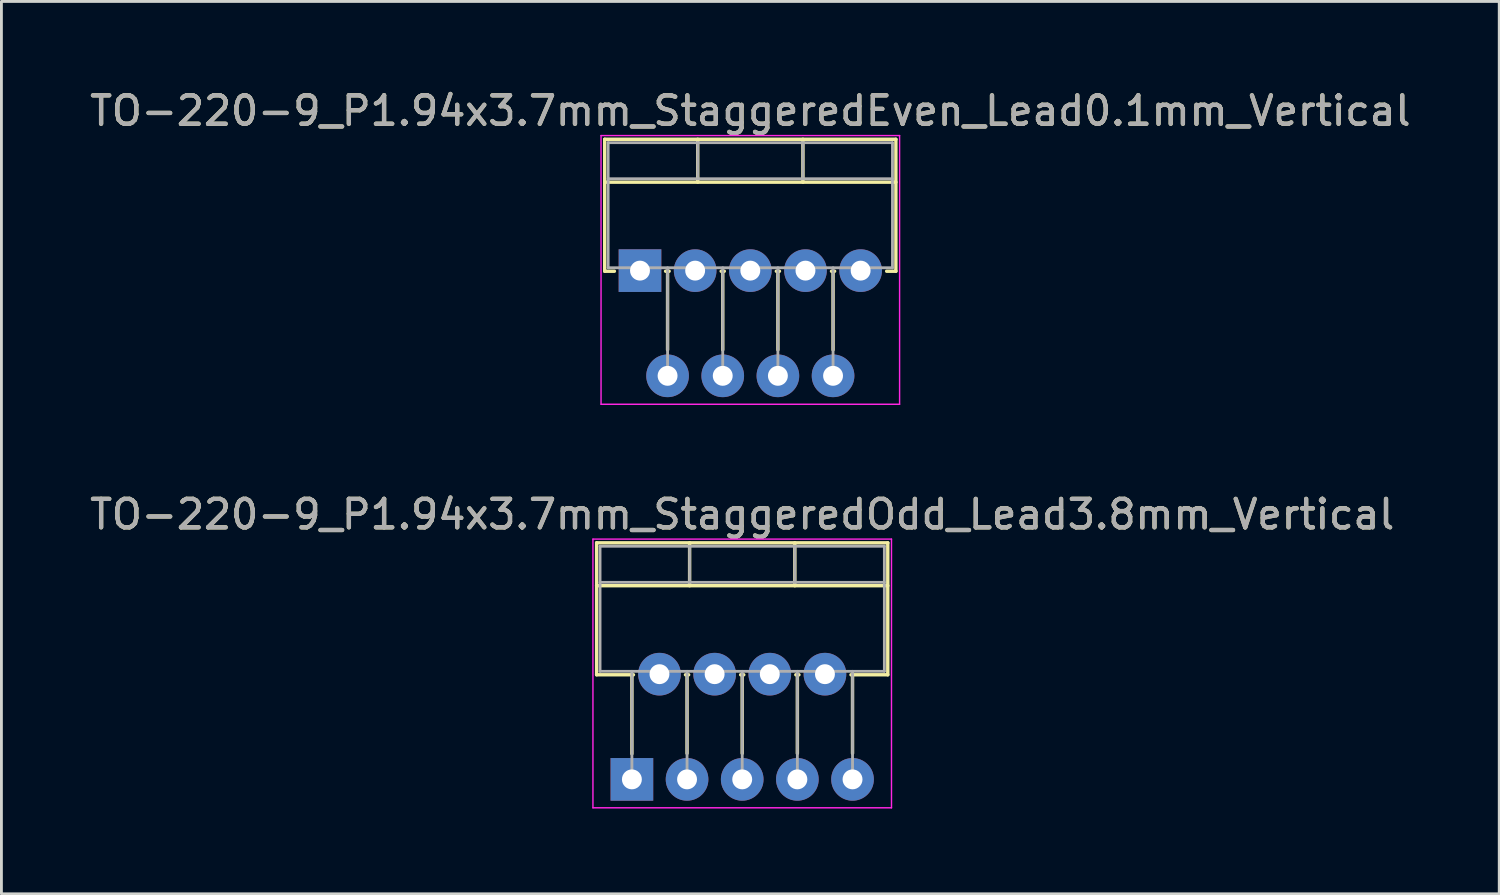
<source format=kicad_pcb>
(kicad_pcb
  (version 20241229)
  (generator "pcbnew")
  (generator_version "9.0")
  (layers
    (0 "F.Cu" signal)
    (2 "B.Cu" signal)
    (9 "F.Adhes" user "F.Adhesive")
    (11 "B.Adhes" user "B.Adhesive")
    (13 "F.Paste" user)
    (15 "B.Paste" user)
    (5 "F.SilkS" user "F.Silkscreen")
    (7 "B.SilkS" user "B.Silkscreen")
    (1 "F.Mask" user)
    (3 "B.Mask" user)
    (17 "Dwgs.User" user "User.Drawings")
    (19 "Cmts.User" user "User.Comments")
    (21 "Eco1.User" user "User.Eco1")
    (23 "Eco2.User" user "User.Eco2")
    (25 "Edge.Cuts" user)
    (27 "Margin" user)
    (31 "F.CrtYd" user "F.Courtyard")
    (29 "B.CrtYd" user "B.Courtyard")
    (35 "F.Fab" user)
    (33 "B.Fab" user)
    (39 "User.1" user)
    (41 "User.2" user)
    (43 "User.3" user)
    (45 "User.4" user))
  (footprint "TO-220-9_P1.94x3.7mm_StaggeredOdd_Lead3.8mm_Vertical"
    (layer "F.Cu")
    (at 19.174 24.361)
    (property "Reference" "TO-220-9_P1.94x3.7mm_StaggeredOdd_Lead3.8mm_Vertical" (at 3.88 -9.32 0) (layer "F.SilkS") (effects (font (size 1 1) (thickness 0.15))))
    (attr through_hole)
    (fp_line (start -1.241 -8.32) (end -1.241 -3.679) (stroke (width 0.12) (type solid)) (layer "F.SilkS"))
    (fp_line (start -1.241 -8.32) (end 9 -8.32) (stroke (width 0.12) (type solid)) (layer "F.SilkS"))
    (fp_line (start -1.241 -6.811) (end 9 -6.811) (stroke (width 0.12) (type solid)) (layer "F.SilkS"))
    (fp_line (start -1.241 -3.679) (end 0.055 -3.679) (stroke (width 0.12) (type solid)) (layer "F.SilkS"))
    (fp_line (start 0 -3.679) (end 0 -0.9) (stroke (width 0.12) (type solid)) (layer "F.SilkS"))
    (fp_line (start 1.885 -3.679) (end 1.996 -3.679) (stroke (width 0.12) (type solid)) (layer "F.SilkS"))
    (fp_line (start 1.94 -3.679) (end 1.94 -0.915) (stroke (width 0.12) (type solid)) (layer "F.SilkS"))
    (fp_line (start 2.03 -8.32) (end 2.03 -6.811) (stroke (width 0.12) (type solid)) (layer "F.SilkS"))
    (fp_line (start 3.825 -3.679) (end 3.935 -3.679) (stroke (width 0.12) (type solid)) (layer "F.SilkS"))
    (fp_line (start 3.88 -3.679) (end 3.88 -0.915) (stroke (width 0.12) (type solid)) (layer "F.SilkS"))
    (fp_line (start 5.73 -8.32) (end 5.73 -6.811) (stroke (width 0.12) (type solid)) (layer "F.SilkS"))
    (fp_line (start 5.765 -3.679) (end 5.875 -3.679) (stroke (width 0.12) (type solid)) (layer "F.SilkS"))
    (fp_line (start 5.82 -3.679) (end 5.82 -0.915) (stroke (width 0.12) (type solid)) (layer "F.SilkS"))
    (fp_line (start 7.705 -3.679) (end 9 -3.679) (stroke (width 0.12) (type solid)) (layer "F.SilkS"))
    (fp_line (start 7.76 -3.679) (end 7.76 -0.915) (stroke (width 0.12) (type solid)) (layer "F.SilkS"))
    (fp_line (start 9 -8.32) (end 9 -3.679) (stroke (width 0.12) (type solid)) (layer "F.SilkS"))
    (fp_line (start -1.37 -8.45) (end -1.37 1) (stroke (width 0.05) (type solid)) (layer "F.CrtYd"))
    (fp_line (start -1.37 1) (end 9.13 1) (stroke (width 0.05) (type solid)) (layer "F.CrtYd"))
    (fp_line (start 9.13 -8.45) (end -1.37 -8.45) (stroke (width 0.05) (type solid)) (layer "F.CrtYd"))
    (fp_line (start 9.13 1) (end 9.13 -8.45) (stroke (width 0.05) (type solid)) (layer "F.CrtYd"))
    (fp_line (start -1.12 -8.2) (end -1.12 -3.8) (stroke (width 0.1) (type solid)) (layer "F.Fab"))
    (fp_line (start -1.12 -6.93) (end 8.88 -6.93) (stroke (width 0.1) (type solid)) (layer "F.Fab"))
    (fp_line (start -1.12 -3.8) (end 8.88 -3.8) (stroke (width 0.1) (type solid)) (layer "F.Fab"))
    (fp_line (start 0 -3.8) (end 0 0) (stroke (width 0.1) (type solid)) (layer "F.Fab"))
    (fp_line (start 0.97 -3.8) (end 0.97 -3.7) (stroke (width 0.1) (type solid)) (layer "F.Fab"))
    (fp_line (start 1.94 -3.8) (end 1.94 0) (stroke (width 0.1) (type solid)) (layer "F.Fab"))
    (fp_line (start 2.03 -8.2) (end 2.03 -6.93) (stroke (width 0.1) (type solid)) (layer "F.Fab"))
    (fp_line (start 2.91 -3.8) (end 2.91 -3.7) (stroke (width 0.1) (type solid)) (layer "F.Fab"))
    (fp_line (start 3.88 -3.8) (end 3.88 0) (stroke (width 0.1) (type solid)) (layer "F.Fab"))
    (fp_line (start 4.85 -3.8) (end 4.85 -3.7) (stroke (width 0.1) (type solid)) (layer "F.Fab"))
    (fp_line (start 5.73 -8.2) (end 5.73 -6.93) (stroke (width 0.1) (type solid)) (layer "F.Fab"))
    (fp_line (start 5.82 -3.8) (end 5.82 0) (stroke (width 0.1) (type solid)) (layer "F.Fab"))
    (fp_line (start 6.79 -3.8) (end 6.79 -3.7) (stroke (width 0.1) (type solid)) (layer "F.Fab"))
    (fp_line (start 7.76 -3.8) (end 7.76 0) (stroke (width 0.1) (type solid)) (layer "F.Fab"))
    (fp_line (start 8.88 -8.2) (end -1.12 -8.2) (stroke (width 0.1) (type solid)) (layer "F.Fab"))
    (fp_line (start 8.88 -3.8) (end 8.88 -8.2) (stroke (width 0.1) (type solid)) (layer "F.Fab"))
    (fp_text user "${REFERENCE}" (at 3.88 -9.32 0) (layer "F.Fab") (effects (font (size 1 1) (thickness 0.15))))
    (pad "1" thru_hole rect (at 0 0) (size 1.5 1.5) (drill 0.7) (layers "*.Cu" "*.Mask"))
    (pad "2" thru_hole oval (at 0.97 -3.7) (size 1.5 1.5) (drill 0.7) (layers "*.Cu" "*.Mask"))
    (pad "3" thru_hole oval (at 1.94 0) (size 1.5 1.5) (drill 0.7) (layers "*.Cu" "*.Mask"))
    (pad "4" thru_hole oval (at 2.91 -3.7) (size 1.5 1.5) (drill 0.7) (layers "*.Cu" "*.Mask"))
    (pad "5" thru_hole oval (at 3.88 0) (size 1.5 1.5) (drill 0.7) (layers "*.Cu" "*.Mask"))
    (pad "6" thru_hole oval (at 4.85 -3.7) (size 1.5 1.5) (drill 0.7) (layers "*.Cu" "*.Mask"))
    (pad "7" thru_hole oval (at 5.82 0) (size 1.5 1.5) (drill 0.7) (layers "*.Cu" "*.Mask"))
    (pad "8" thru_hole oval (at 6.79 -3.7) (size 1.5 1.5) (drill 0.7) (layers "*.Cu" "*.Mask"))
    (pad "9" thru_hole oval (at 7.76 0) (size 1.5 1.5) (drill 0.7) (layers "*.Cu" "*.Mask")))
  (footprint "TO-220-9_P1.94x3.7mm_StaggeredEven_Lead0.1mm_Vertical"
    (layer "F.Cu")
    (at 19.459 6.468)
    (property "Reference" "TO-220-9_P1.94x3.7mm_StaggeredEven_Lead0.1mm_Vertical" (at 3.88 -5.62 0) (layer "F.SilkS") (effects (font (size 1 1) (thickness 0.15))))
    (attr through_hole)
    (fp_line (start -1.241 -4.62) (end -1.241 0.021) (stroke (width 0.12) (type solid)) (layer "F.SilkS"))
    (fp_line (start -1.241 -4.62) (end 9 -4.62) (stroke (width 0.12) (type solid)) (layer "F.SilkS"))
    (fp_line (start -1.241 -3.111) (end 9 -3.111) (stroke (width 0.12) (type solid)) (layer "F.SilkS"))
    (fp_line (start -1.241 0.021) (end -0.9 0.021) (stroke (width 0.12) (type solid)) (layer "F.SilkS"))
    (fp_line (start 0.9 0.021) (end 1.025 0.021) (stroke (width 0.12) (type solid)) (layer "F.SilkS"))
    (fp_line (start 0.97 0.021) (end 0.97 2.785) (stroke (width 0.12) (type solid)) (layer "F.SilkS"))
    (fp_line (start 2.03 -4.62) (end 2.03 -3.111) (stroke (width 0.12) (type solid)) (layer "F.SilkS"))
    (fp_line (start 2.855 0.021) (end 2.965 0.021) (stroke (width 0.12) (type solid)) (layer "F.SilkS"))
    (fp_line (start 2.91 0.021) (end 2.91 2.785) (stroke (width 0.12) (type solid)) (layer "F.SilkS"))
    (fp_line (start 4.795 0.021) (end 4.905 0.021) (stroke (width 0.12) (type solid)) (layer "F.SilkS"))
    (fp_line (start 4.85 0.021) (end 4.85 2.785) (stroke (width 0.12) (type solid)) (layer "F.SilkS"))
    (fp_line (start 5.73 -4.62) (end 5.73 -3.111) (stroke (width 0.12) (type solid)) (layer "F.SilkS"))
    (fp_line (start 6.735 0.021) (end 6.845 0.021) (stroke (width 0.12) (type solid)) (layer "F.SilkS"))
    (fp_line (start 6.79 0.021) (end 6.79 2.785) (stroke (width 0.12) (type solid)) (layer "F.SilkS"))
    (fp_line (start 8.675 0.021) (end 9 0.021) (stroke (width 0.12) (type solid)) (layer "F.SilkS"))
    (fp_line (start 9 -4.62) (end 9 0.021) (stroke (width 0.12) (type solid)) (layer "F.SilkS"))
    (fp_line (start -1.37 -4.75) (end -1.37 4.7) (stroke (width 0.05) (type solid)) (layer "F.CrtYd"))
    (fp_line (start -1.37 4.7) (end 9.13 4.7) (stroke (width 0.05) (type solid)) (layer "F.CrtYd"))
    (fp_line (start 9.13 -4.75) (end -1.37 -4.75) (stroke (width 0.05) (type solid)) (layer "F.CrtYd"))
    (fp_line (start 9.13 4.7) (end 9.13 -4.75) (stroke (width 0.05) (type solid)) (layer "F.CrtYd"))
    (fp_line (start -1.12 -4.5) (end -1.12 -0.1) (stroke (width 0.1) (type solid)) (layer "F.Fab"))
    (fp_line (start -1.12 -3.23) (end 8.88 -3.23) (stroke (width 0.1) (type solid)) (layer "F.Fab"))
    (fp_line (start -1.12 -0.1) (end 8.88 -0.1) (stroke (width 0.1) (type solid)) (layer "F.Fab"))
    (fp_line (start 0 -0.1) (end 0 0) (stroke (width 0.1) (type solid)) (layer "F.Fab"))
    (fp_line (start 0.97 -0.1) (end 0.97 3.7) (stroke (width 0.1) (type solid)) (layer "F.Fab"))
    (fp_line (start 1.94 -0.1) (end 1.94 0) (stroke (width 0.1) (type solid)) (layer "F.Fab"))
    (fp_line (start 2.03 -4.5) (end 2.03 -3.23) (stroke (width 0.1) (type solid)) (layer "F.Fab"))
    (fp_line (start 2.91 -0.1) (end 2.91 3.7) (stroke (width 0.1) (type solid)) (layer "F.Fab"))
    (fp_line (start 3.88 -0.1) (end 3.88 0) (stroke (width 0.1) (type solid)) (layer "F.Fab"))
    (fp_line (start 4.85 -0.1) (end 4.85 3.7) (stroke (width 0.1) (type solid)) (layer "F.Fab"))
    (fp_line (start 5.73 -4.5) (end 5.73 -3.23) (stroke (width 0.1) (type solid)) (layer "F.Fab"))
    (fp_line (start 5.82 -0.1) (end 5.82 0) (stroke (width 0.1) (type solid)) (layer "F.Fab"))
    (fp_line (start 6.79 -0.1) (end 6.79 3.7) (stroke (width 0.1) (type solid)) (layer "F.Fab"))
    (fp_line (start 7.76 -0.1) (end 7.76 0) (stroke (width 0.1) (type solid)) (layer "F.Fab"))
    (fp_line (start 8.88 -4.5) (end -1.12 -4.5) (stroke (width 0.1) (type solid)) (layer "F.Fab"))
    (fp_line (start 8.88 -0.1) (end 8.88 -4.5) (stroke (width 0.1) (type solid)) (layer "F.Fab"))
    (fp_text user "${REFERENCE}" (at 3.88 -5.62 0) (layer "F.Fab") (effects (font (size 1 1) (thickness 0.15))))
    (pad "1" thru_hole rect (at 0 0) (size 1.5 1.5) (drill 0.7) (layers "*.Cu" "*.Mask"))
    (pad "2" thru_hole oval (at 0.97 3.7) (size 1.5 1.5) (drill 0.7) (layers "*.Cu" "*.Mask"))
    (pad "3" thru_hole oval (at 1.94 0) (size 1.5 1.5) (drill 0.7) (layers "*.Cu" "*.Mask"))
    (pad "4" thru_hole oval (at 2.91 3.7) (size 1.5 1.5) (drill 0.7) (layers "*.Cu" "*.Mask"))
    (pad "5" thru_hole oval (at 3.88 0) (size 1.5 1.5) (drill 0.7) (layers "*.Cu" "*.Mask"))
    (pad "6" thru_hole oval (at 4.85 3.7) (size 1.5 1.5) (drill 0.7) (layers "*.Cu" "*.Mask"))
    (pad "7" thru_hole oval (at 5.82 0) (size 1.5 1.5) (drill 0.7) (layers "*.Cu" "*.Mask"))
    (pad "8" thru_hole oval (at 6.79 3.7) (size 1.5 1.5) (drill 0.7) (layers "*.Cu" "*.Mask"))
    (pad "9" thru_hole oval (at 7.76 0) (size 1.5 1.5) (drill 0.7) (layers "*.Cu" "*.Mask")))
  (gr_rect
    (start -3 -3)
    (end 49.679 28.387)
    (stroke (width 0.1) (type default))
    (fill no)
    (layer "Edge.Cuts")))
</source>
